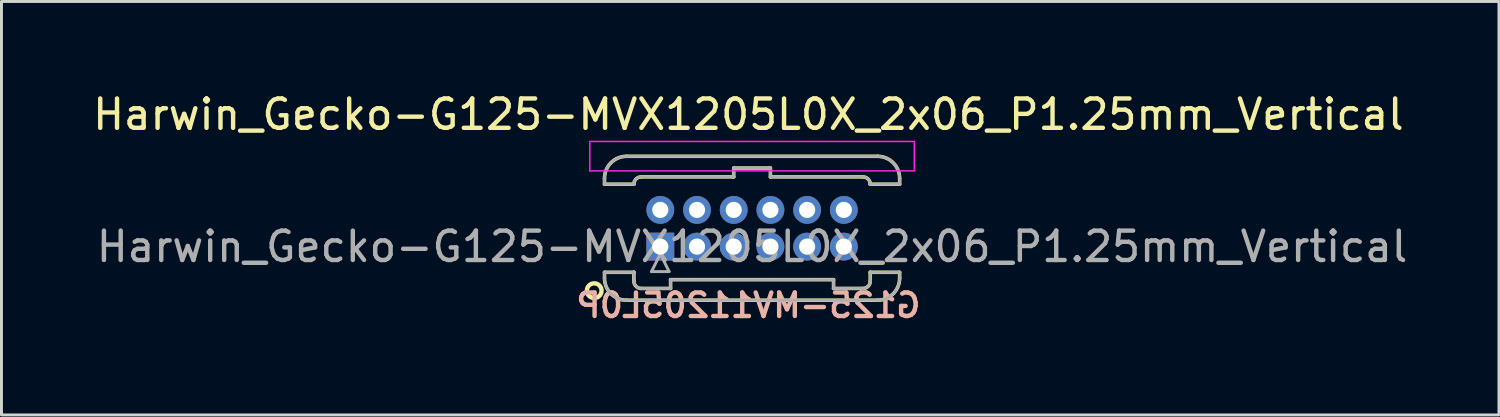
<source format=kicad_pcb>
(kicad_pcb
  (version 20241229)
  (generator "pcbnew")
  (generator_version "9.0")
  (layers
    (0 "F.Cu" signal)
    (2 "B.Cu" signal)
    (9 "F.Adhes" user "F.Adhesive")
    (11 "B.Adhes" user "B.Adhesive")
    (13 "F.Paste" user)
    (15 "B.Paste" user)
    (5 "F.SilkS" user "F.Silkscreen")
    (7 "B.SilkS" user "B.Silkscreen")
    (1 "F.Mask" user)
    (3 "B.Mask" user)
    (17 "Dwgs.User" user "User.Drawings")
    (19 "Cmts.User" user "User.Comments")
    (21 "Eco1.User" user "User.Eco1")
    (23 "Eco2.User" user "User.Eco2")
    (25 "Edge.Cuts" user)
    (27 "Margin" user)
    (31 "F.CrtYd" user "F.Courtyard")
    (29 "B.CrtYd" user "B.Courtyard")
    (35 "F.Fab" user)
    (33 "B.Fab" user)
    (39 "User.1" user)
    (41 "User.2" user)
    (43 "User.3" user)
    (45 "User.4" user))
  (footprint "Harwin_Gecko-G125-MVX1205L0X_2x06_P1.25mm_Vertical"
    (layer "F.Cu")
    (at 19.435 5.348)
    (property "Reference" "Harwin_Gecko-G125-MVX1205L0X_2x06_P1.25mm_Vertical" (at 3 -4.5 0) (layer "F.SilkS") (effects (font (size 1 1) (thickness 0.15))))
    (attr through_hole)
    (fp_line (start -1.9 -2.325) (end -1.9 -2.125) (stroke (width 0.12) (type solid)) (layer "F.SilkS"))
    (fp_line (start -1.9 -2.125) (end -0.9 -2.125) (stroke (width 0.12) (type solid)) (layer "F.SilkS"))
    (fp_line (start -1.9 0.875) (end -0.9 0.875) (stroke (width 0.12) (type solid)) (layer "F.SilkS"))
    (fp_line (start -1.9 1.075) (end -1.9 0.875) (stroke (width 0.12) (type solid)) (layer "F.SilkS"))
    (fp_line (start -1.15 -3.075) (end 7.4 -3.075) (stroke (width 0.12) (type solid)) (layer "F.SilkS"))
    (fp_line (start -1.15 1.825) (end 7.4 1.825) (stroke (width 0.12) (type solid)) (layer "F.SilkS"))
    (fp_line (start -0.9 -2.125) (end -0.9 -2.125) (stroke (width 0.12) (type solid)) (layer "F.SilkS"))
    (fp_line (start -0.9 0.875) (end -0.9 0.875) (stroke (width 0.12) (type solid)) (layer "F.SilkS"))
    (fp_line (start -0.9 1.175) (end -0.9 0.875) (stroke (width 0.12) (type solid)) (layer "F.SilkS"))
    (fp_line (start -0.65 -2.375) (end 2.5 -2.375) (stroke (width 0.12) (type solid)) (layer "F.SilkS"))
    (fp_line (start -0.65 1.425) (end 0.35 1.425) (stroke (width 0.12) (type solid)) (layer "F.SilkS"))
    (fp_line (start 0.35 1.125) (end 5.9 1.125) (stroke (width 0.12) (type solid)) (layer "F.SilkS"))
    (fp_line (start 0.35 1.425) (end 0.35 1.125) (stroke (width 0.12) (type solid)) (layer "F.SilkS"))
    (fp_line (start 2.5 -2.675) (end 3.75 -2.675) (stroke (width 0.12) (type solid)) (layer "F.SilkS"))
    (fp_line (start 2.5 -2.375) (end 2.5 -2.675) (stroke (width 0.12) (type solid)) (layer "F.SilkS"))
    (fp_line (start 3.75 -2.675) (end 3.75 -2.375) (stroke (width 0.12) (type solid)) (layer "F.SilkS"))
    (fp_line (start 3.75 -2.375) (end 6.9 -2.375) (stroke (width 0.12) (type solid)) (layer "F.SilkS"))
    (fp_line (start 5.9 1.125) (end 5.9 1.425) (stroke (width 0.12) (type solid)) (layer "F.SilkS"))
    (fp_line (start 5.9 1.425) (end 6.9 1.425) (stroke (width 0.12) (type solid)) (layer "F.SilkS"))
    (fp_line (start 7.15 -2.125) (end 7.15 -2.125) (stroke (width 0.12) (type solid)) (layer "F.SilkS"))
    (fp_line (start 7.15 0.875) (end 7.15 0.875) (stroke (width 0.12) (type solid)) (layer "F.SilkS"))
    (fp_line (start 7.15 1.175) (end 7.15 0.875) (stroke (width 0.12) (type solid)) (layer "F.SilkS"))
    (fp_line (start 8.15 -2.325) (end 8.15 -2.125) (stroke (width 0.12) (type solid)) (layer "F.SilkS"))
    (fp_line (start 8.15 -2.125) (end 7.15 -2.125) (stroke (width 0.12) (type solid)) (layer "F.SilkS"))
    (fp_line (start 8.15 0.875) (end 7.15 0.875) (stroke (width 0.12) (type solid)) (layer "F.SilkS"))
    (fp_line (start 8.15 1.075) (end 8.15 0.875) (stroke (width 0.12) (type solid)) (layer "F.SilkS"))
    (fp_arc (start -1.9 -2.325) (mid -1.68033 -2.85533) (end -1.15 -3.075) (stroke (width 0.12) (type solid)) (layer "F.SilkS"))
    (fp_arc (start -1.15 1.825) (mid -1.68033 1.60533) (end -1.9 1.075) (stroke (width 0.12) (type solid)) (layer "F.SilkS"))
    (fp_arc (start -0.9 -2.125) (mid -0.826777 -2.301777) (end -0.65 -2.375) (stroke (width 0.12) (type solid)) (layer "F.SilkS"))
    (fp_arc (start -0.65 1.425) (mid -0.826777 1.351777) (end -0.9 1.175) (stroke (width 0.12) (type solid)) (layer "F.SilkS"))
    (fp_arc (start 6.9 -2.375) (mid 7.076777 -2.301777) (end 7.15 -2.125) (stroke (width 0.12) (type solid)) (layer "F.SilkS"))
    (fp_arc (start 7.15 1.175) (mid 7.076777 1.351777) (end 6.9 1.425) (stroke (width 0.12) (type solid)) (layer "F.SilkS"))
    (fp_arc (start 7.4 -3.075) (mid 7.93033 -2.85533) (end 8.15 -2.325) (stroke (width 0.12) (type solid)) (layer "F.SilkS"))
    (fp_arc (start 8.15 1.075) (mid 7.93033 1.60533) (end 7.4 1.825) (stroke (width 0.12) (type solid)) (layer "F.SilkS"))
    (fp_circle (center -2.25 1.5) (end -2 1.5) (stroke (width 0.15) (type solid)) (fill no) (layer "F.SilkS"))
    (fp_line (start -2.4 -3.58) (end -2.4 -2.58) (stroke (width 0.05) (type solid)) (layer "F.CrtYd"))
    (fp_line (start -2.4 -2.58) (end 8.65 -2.58) (stroke (width 0.05) (type solid)) (layer "F.CrtYd"))
    (fp_line (start 8.65 -3.58) (end -2.4 -3.58) (stroke (width 0.05) (type solid)) (layer "F.CrtYd"))
    (fp_line (start 8.65 -2.58) (end 8.65 -3.58) (stroke (width 0.05) (type solid)) (layer "F.CrtYd"))
    (fp_line (start -1.9 -2.325) (end -1.9 -2.125) (stroke (width 0.1) (type solid)) (layer "F.Fab"))
    (fp_line (start -1.9 -2.125) (end -0.9 -2.125) (stroke (width 0.1) (type solid)) (layer "F.Fab"))
    (fp_line (start -1.9 0.875) (end -0.9 0.875) (stroke (width 0.1) (type solid)) (layer "F.Fab"))
    (fp_line (start -1.9 1.075) (end -1.9 0.875) (stroke (width 0.1) (type solid)) (layer "F.Fab"))
    (fp_line (start -1.15 -3.075) (end 7.4 -3.075) (stroke (width 0.1) (type solid)) (layer "F.Fab"))
    (fp_line (start -1.15 1.825) (end 7.4 1.825) (stroke (width 0.1) (type solid)) (layer "F.Fab"))
    (fp_line (start -0.9 -2.125) (end -0.9 -2.125) (stroke (width 0.1) (type solid)) (layer "F.Fab"))
    (fp_line (start -0.9 0.875) (end -0.9 0.875) (stroke (width 0.1) (type solid)) (layer "F.Fab"))
    (fp_line (start -0.9 1.175) (end -0.9 0.875) (stroke (width 0.1) (type solid)) (layer "F.Fab"))
    (fp_line (start -0.65 -2.375) (end 2.5 -2.375) (stroke (width 0.1) (type solid)) (layer "F.Fab"))
    (fp_line (start -0.65 1.425) (end 0.35 1.425) (stroke (width 0.1) (type solid)) (layer "F.Fab"))
    (fp_line (start -0.3 0.85) (end 0.3 0.85) (stroke (width 0.1) (type solid)) (layer "F.Fab"))
    (fp_line (start 0 0.25) (end -0.3 0.85) (stroke (width 0.1) (type solid)) (layer "F.Fab"))
    (fp_line (start 0.3 0.85) (end 0 0.25) (stroke (width 0.1) (type solid)) (layer "F.Fab"))
    (fp_line (start 0.35 1.125) (end 5.9 1.125) (stroke (width 0.1) (type solid)) (layer "F.Fab"))
    (fp_line (start 0.35 1.425) (end 0.35 1.125) (stroke (width 0.1) (type solid)) (layer "F.Fab"))
    (fp_line (start 2.5 -2.675) (end 3.75 -2.675) (stroke (width 0.1) (type solid)) (layer "F.Fab"))
    (fp_line (start 2.5 -2.375) (end 2.5 -2.675) (stroke (width 0.1) (type solid)) (layer "F.Fab"))
    (fp_line (start 3.75 -2.675) (end 3.75 -2.375) (stroke (width 0.1) (type solid)) (layer "F.Fab"))
    (fp_line (start 3.75 -2.375) (end 6.9 -2.375) (stroke (width 0.1) (type solid)) (layer "F.Fab"))
    (fp_line (start 5.9 1.125) (end 5.9 1.425) (stroke (width 0.1) (type solid)) (layer "F.Fab"))
    (fp_line (start 5.9 1.425) (end 6.9 1.425) (stroke (width 0.1) (type solid)) (layer "F.Fab"))
    (fp_line (start 7.15 -2.125) (end 7.15 -2.125) (stroke (width 0.1) (type solid)) (layer "F.Fab"))
    (fp_line (start 7.15 0.875) (end 7.15 0.875) (stroke (width 0.1) (type solid)) (layer "F.Fab"))
    (fp_line (start 7.15 1.175) (end 7.15 0.875) (stroke (width 0.1) (type solid)) (layer "F.Fab"))
    (fp_line (start 8.15 -2.325) (end 8.15 -2.125) (stroke (width 0.1) (type solid)) (layer "F.Fab"))
    (fp_line (start 8.15 -2.125) (end 7.15 -2.125) (stroke (width 0.1) (type solid)) (layer "F.Fab"))
    (fp_line (start 8.15 0.875) (end 7.15 0.875) (stroke (width 0.1) (type solid)) (layer "F.Fab"))
    (fp_line (start 8.15 1.075) (end 8.15 0.875) (stroke (width 0.1) (type solid)) (layer "F.Fab"))
    (fp_arc (start -1.9 -2.325) (mid -1.68033 -2.85533) (end -1.15 -3.075) (stroke (width 0.1) (type solid)) (layer "F.Fab"))
    (fp_arc (start -1.15 1.825) (mid -1.68033 1.60533) (end -1.9 1.075) (stroke (width 0.1) (type solid)) (layer "F.Fab"))
    (fp_arc (start -0.9 -2.125) (mid -0.826777 -2.301777) (end -0.65 -2.375) (stroke (width 0.1) (type solid)) (layer "F.Fab"))
    (fp_arc (start -0.65 1.425) (mid -0.826777 1.351777) (end -0.9 1.175) (stroke (width 0.1) (type solid)) (layer "F.Fab"))
    (fp_arc (start 6.9 -2.375) (mid 7.076777 -2.301777) (end 7.15 -2.125) (stroke (width 0.1) (type solid)) (layer "F.Fab"))
    (fp_arc (start 7.15 1.175) (mid 7.076777 1.351777) (end 6.9 1.425) (stroke (width 0.1) (type solid)) (layer "F.Fab"))
    (fp_arc (start 7.4 -3.075) (mid 7.93033 -2.85533) (end 8.15 -2.325) (stroke (width 0.1) (type solid)) (layer "F.Fab"))
    (fp_arc (start 8.15 1.075) (mid 7.93033 1.60533) (end 7.4 1.825) (stroke (width 0.1) (type solid)) (layer "F.Fab"))
    (fp_text user "G125-MV11205L0P" (at 3 2 0) (layer "B.SilkS") (effects (font (size 0.8 0.8) (thickness 0.15)) (justify mirror)))
    (fp_text user "${REFERENCE}" (at 3.125 0 0) (layer "F.Fab") (effects (font (size 1 1) (thickness 0.15))))
    (pad "1" thru_hole rect (at 0 0) (size 0.95 0.95) (drill 0.55) (layers "*.Cu" "*.Mask"))
    (pad "2" thru_hole circle (at 1.25 0) (size 0.95 0.95) (drill 0.55) (layers "*.Cu" "*.Mask"))
    (pad "3" thru_hole circle (at 2.5 0) (size 0.95 0.95) (drill 0.55) (layers "*.Cu" "*.Mask"))
    (pad "4" thru_hole circle (at 3.75 0) (size 0.95 0.95) (drill 0.55) (layers "*.Cu" "*.Mask"))
    (pad "5" thru_hole circle (at 5 0) (size 0.95 0.95) (drill 0.55) (layers "*.Cu" "*.Mask"))
    (pad "6" thru_hole circle (at 6.25 0) (size 0.95 0.95) (drill 0.55) (layers "*.Cu" "*.Mask"))
    (pad "7" thru_hole circle (at 0 -1.25) (size 0.95 0.95) (drill 0.55) (layers "*.Cu" "*.Mask"))
    (pad "8" thru_hole circle (at 1.25 -1.25) (size 0.95 0.95) (drill 0.55) (layers "*.Cu" "*.Mask"))
    (pad "9" thru_hole circle (at 2.5 -1.25) (size 0.95 0.95) (drill 0.55) (layers "*.Cu" "*.Mask"))
    (pad "10" thru_hole circle (at 3.75 -1.25) (size 0.95 0.95) (drill 0.55) (layers "*.Cu" "*.Mask"))
    (pad "11" thru_hole circle (at 5 -1.25) (size 0.95 0.95) (drill 0.55) (layers "*.Cu" "*.Mask"))
    (pad "12" thru_hole circle (at 6.25 -1.25) (size 0.95 0.95) (drill 0.55) (layers "*.Cu" "*.Mask")))
  (gr_rect
    (start -3 -3)
    (end 47.994 11.079)
    (stroke (width 0.1) (type default))
    (fill no)
    (layer "Edge.Cuts")))
</source>
